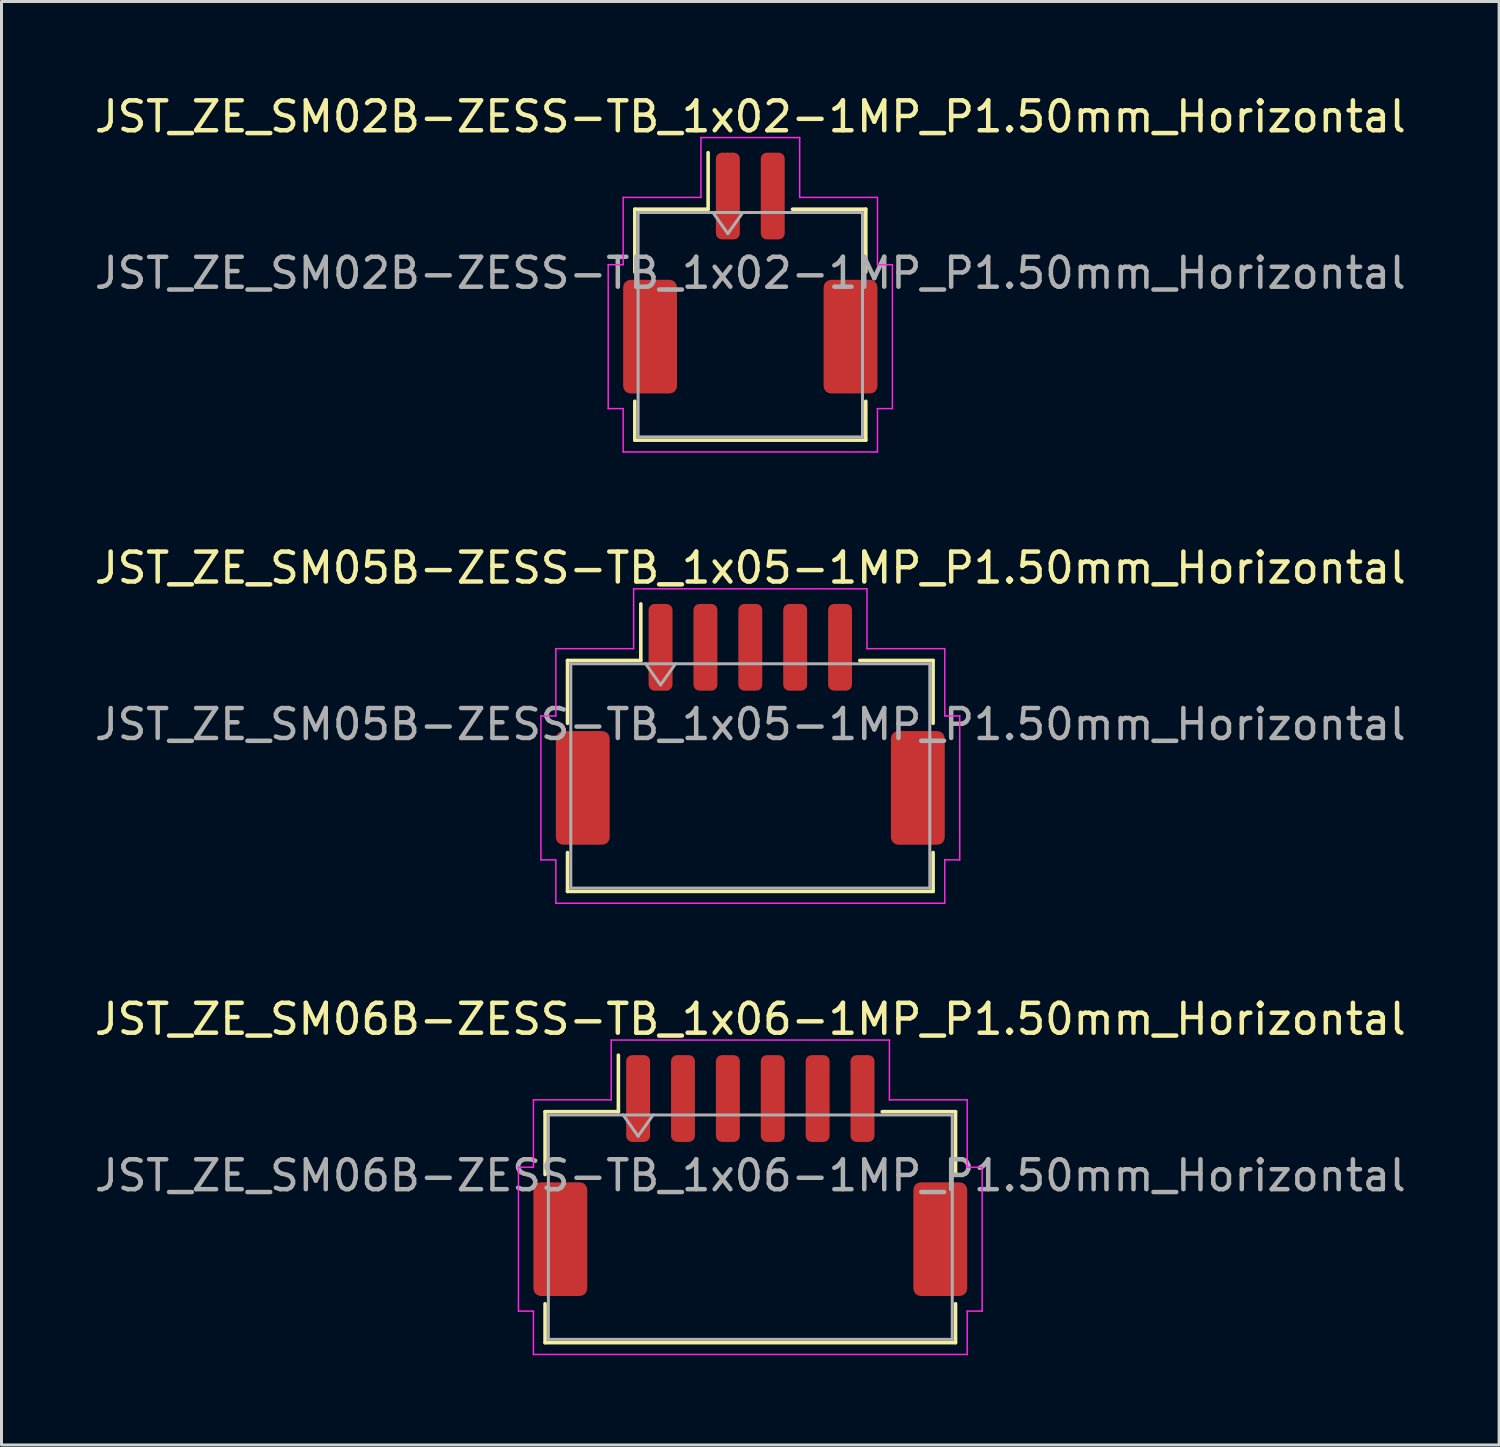
<source format=kicad_pcb>
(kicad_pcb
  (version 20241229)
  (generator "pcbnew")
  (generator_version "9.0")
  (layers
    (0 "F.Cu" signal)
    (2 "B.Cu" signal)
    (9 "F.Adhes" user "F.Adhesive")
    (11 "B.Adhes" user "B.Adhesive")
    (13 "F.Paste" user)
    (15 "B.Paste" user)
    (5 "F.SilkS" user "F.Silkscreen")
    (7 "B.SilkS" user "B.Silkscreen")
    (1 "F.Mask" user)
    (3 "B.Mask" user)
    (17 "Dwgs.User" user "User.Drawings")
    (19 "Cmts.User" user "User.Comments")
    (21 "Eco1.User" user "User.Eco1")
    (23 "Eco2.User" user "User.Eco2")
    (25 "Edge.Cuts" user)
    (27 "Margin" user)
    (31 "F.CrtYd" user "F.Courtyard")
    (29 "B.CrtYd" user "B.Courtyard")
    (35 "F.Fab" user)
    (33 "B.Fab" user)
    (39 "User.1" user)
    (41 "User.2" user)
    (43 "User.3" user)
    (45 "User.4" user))
  (footprint "JST_ZE_SM06B-ZESS-TB_1x06-1MP_P1.50mm_Horizontal"
    (layer "F.Cu")
    (at 22.03 36.245)
    (property "Reference" "JST_ZE_SM06B-ZESS-TB_1x06-1MP_P1.50mm_Horizontal" (at 0 -5.23 0) (layer "F.SilkS") (effects (font (size 1 1) (thickness 0.15))))
    (attr smd)
    (fp_line (start -6.86 -2.135) (end -4.41 -2.135) (stroke (width 0.12) (type solid)) (layer "F.SilkS"))
    (fp_line (start -6.86 -0.035) (end -6.86 -2.135) (stroke (width 0.12) (type solid)) (layer "F.SilkS"))
    (fp_line (start -6.86 4.285) (end -6.86 5.585) (stroke (width 0.12) (type solid)) (layer "F.SilkS"))
    (fp_line (start -6.86 5.585) (end 6.86 5.585) (stroke (width 0.12) (type solid)) (layer "F.SilkS"))
    (fp_line (start -4.41 -2.135) (end -4.41 -4.025) (stroke (width 0.12) (type solid)) (layer "F.SilkS"))
    (fp_line (start 6.86 -2.135) (end 4.41 -2.135) (stroke (width 0.12) (type solid)) (layer "F.SilkS"))
    (fp_line (start 6.86 -0.035) (end 6.86 -2.135) (stroke (width 0.12) (type solid)) (layer "F.SilkS"))
    (fp_line (start 6.86 5.585) (end 6.86 4.285) (stroke (width 0.12) (type solid)) (layer "F.SilkS"))
    (fp_line (start -7.75 -0.28) (end -7.25 -0.28) (stroke (width 0.05) (type solid)) (layer "F.CrtYd"))
    (fp_line (start -7.75 4.53) (end -7.75 -0.28) (stroke (width 0.05) (type solid)) (layer "F.CrtYd"))
    (fp_line (start -7.25 -2.53) (end -4.65 -2.53) (stroke (width 0.05) (type solid)) (layer "F.CrtYd"))
    (fp_line (start -7.25 -0.28) (end -7.25 -2.53) (stroke (width 0.05) (type solid)) (layer "F.CrtYd"))
    (fp_line (start -7.25 4.53) (end -7.75 4.53) (stroke (width 0.05) (type solid)) (layer "F.CrtYd"))
    (fp_line (start -7.25 5.98) (end -7.25 4.53) (stroke (width 0.05) (type solid)) (layer "F.CrtYd"))
    (fp_line (start -4.65 -4.53) (end 4.65 -4.53) (stroke (width 0.05) (type solid)) (layer "F.CrtYd"))
    (fp_line (start -4.65 -2.53) (end -4.65 -4.53) (stroke (width 0.05) (type solid)) (layer "F.CrtYd"))
    (fp_line (start 4.65 -4.53) (end 4.65 -2.53) (stroke (width 0.05) (type solid)) (layer "F.CrtYd"))
    (fp_line (start 4.65 -2.53) (end 7.25 -2.53) (stroke (width 0.05) (type solid)) (layer "F.CrtYd"))
    (fp_line (start 7.25 -2.53) (end 7.25 -0.28) (stroke (width 0.05) (type solid)) (layer "F.CrtYd"))
    (fp_line (start 7.25 -0.28) (end 7.75 -0.28) (stroke (width 0.05) (type solid)) (layer "F.CrtYd"))
    (fp_line (start 7.25 4.53) (end 7.25 5.98) (stroke (width 0.05) (type solid)) (layer "F.CrtYd"))
    (fp_line (start 7.25 5.98) (end -7.25 5.98) (stroke (width 0.05) (type solid)) (layer "F.CrtYd"))
    (fp_line (start 7.75 -0.28) (end 7.75 4.53) (stroke (width 0.05) (type solid)) (layer "F.CrtYd"))
    (fp_line (start 7.75 4.53) (end 7.25 4.53) (stroke (width 0.05) (type solid)) (layer "F.CrtYd"))
    (fp_line (start -6.75 -2.025) (end -6.75 5.475) (stroke (width 0.1) (type solid)) (layer "F.Fab"))
    (fp_line (start -6.75 -2.025) (end 6.75 -2.025) (stroke (width 0.1) (type solid)) (layer "F.Fab"))
    (fp_line (start -6.75 5.475) (end 6.75 5.475) (stroke (width 0.1) (type solid)) (layer "F.Fab"))
    (fp_line (start -4.25 -2.025) (end -3.75 -1.318) (stroke (width 0.1) (type solid)) (layer "F.Fab"))
    (fp_line (start -3.75 -1.318) (end -3.25 -2.025) (stroke (width 0.1) (type solid)) (layer "F.Fab"))
    (fp_line (start 6.75 -2.025) (end 6.75 5.475) (stroke (width 0.1) (type solid)) (layer "F.Fab"))
    (fp_text user "${REFERENCE}" (at 0 0 0) (layer "F.Fab") (effects (font (size 1 1) (thickness 0.15))))
    (pad "1" smd roundrect (at -3.75 -2.575) (size 0.8 2.9) (layers "F.Cu" "F.Mask" "F.Paste") (roundrect_rratio 0.25))
    (pad "2" smd roundrect (at -2.25 -2.575) (size 0.8 2.9) (layers "F.Cu" "F.Mask" "F.Paste") (roundrect_rratio 0.25))
    (pad "3" smd roundrect (at -0.75 -2.575) (size 0.8 2.9) (layers "F.Cu" "F.Mask" "F.Paste") (roundrect_rratio 0.25))
    (pad "4" smd roundrect (at 0.75 -2.575) (size 0.8 2.9) (layers "F.Cu" "F.Mask" "F.Paste") (roundrect_rratio 0.25))
    (pad "5" smd roundrect (at 2.25 -2.575) (size 0.8 2.9) (layers "F.Cu" "F.Mask" "F.Paste") (roundrect_rratio 0.25))
    (pad "6" smd roundrect (at 3.75 -2.575) (size 0.8 2.9) (layers "F.Cu" "F.Mask" "F.Paste") (roundrect_rratio 0.25))
    (pad "MP" smd roundrect (at -6.35 2.125) (size 1.8 3.8) (layers "F.Cu" "F.Mask" "F.Paste") (roundrect_rratio 0.139))
    (pad "MP" smd roundrect (at 6.35 2.125) (size 1.8 3.8) (layers "F.Cu" "F.Mask" "F.Paste") (roundrect_rratio 0.139)))
  (footprint "JST_ZE_SM05B-ZESS-TB_1x05-1MP_P1.50mm_Horizontal"
    (layer "F.Cu")
    (at 22.03 21.162)
    (property "Reference" "JST_ZE_SM05B-ZESS-TB_1x05-1MP_P1.50mm_Horizontal" (at 0 -5.23 0) (layer "F.SilkS") (effects (font (size 1 1) (thickness 0.15))))
    (attr smd)
    (fp_line (start -6.11 -2.135) (end -3.66 -2.135) (stroke (width 0.12) (type solid)) (layer "F.SilkS"))
    (fp_line (start -6.11 -0.035) (end -6.11 -2.135) (stroke (width 0.12) (type solid)) (layer "F.SilkS"))
    (fp_line (start -6.11 4.285) (end -6.11 5.585) (stroke (width 0.12) (type solid)) (layer "F.SilkS"))
    (fp_line (start -6.11 5.585) (end 6.11 5.585) (stroke (width 0.12) (type solid)) (layer "F.SilkS"))
    (fp_line (start -3.66 -2.135) (end -3.66 -4.025) (stroke (width 0.12) (type solid)) (layer "F.SilkS"))
    (fp_line (start 6.11 -2.135) (end 3.66 -2.135) (stroke (width 0.12) (type solid)) (layer "F.SilkS"))
    (fp_line (start 6.11 -0.035) (end 6.11 -2.135) (stroke (width 0.12) (type solid)) (layer "F.SilkS"))
    (fp_line (start 6.11 5.585) (end 6.11 4.285) (stroke (width 0.12) (type solid)) (layer "F.SilkS"))
    (fp_line (start -7 -0.28) (end -6.5 -0.28) (stroke (width 0.05) (type solid)) (layer "F.CrtYd"))
    (fp_line (start -7 4.53) (end -7 -0.28) (stroke (width 0.05) (type solid)) (layer "F.CrtYd"))
    (fp_line (start -6.5 -2.53) (end -3.9 -2.53) (stroke (width 0.05) (type solid)) (layer "F.CrtYd"))
    (fp_line (start -6.5 -0.28) (end -6.5 -2.53) (stroke (width 0.05) (type solid)) (layer "F.CrtYd"))
    (fp_line (start -6.5 4.53) (end -7 4.53) (stroke (width 0.05) (type solid)) (layer "F.CrtYd"))
    (fp_line (start -6.5 5.98) (end -6.5 4.53) (stroke (width 0.05) (type solid)) (layer "F.CrtYd"))
    (fp_line (start -3.9 -4.53) (end 3.9 -4.53) (stroke (width 0.05) (type solid)) (layer "F.CrtYd"))
    (fp_line (start -3.9 -2.53) (end -3.9 -4.53) (stroke (width 0.05) (type solid)) (layer "F.CrtYd"))
    (fp_line (start 3.9 -4.53) (end 3.9 -2.53) (stroke (width 0.05) (type solid)) (layer "F.CrtYd"))
    (fp_line (start 3.9 -2.53) (end 6.5 -2.53) (stroke (width 0.05) (type solid)) (layer "F.CrtYd"))
    (fp_line (start 6.5 -2.53) (end 6.5 -0.28) (stroke (width 0.05) (type solid)) (layer "F.CrtYd"))
    (fp_line (start 6.5 -0.28) (end 7 -0.28) (stroke (width 0.05) (type solid)) (layer "F.CrtYd"))
    (fp_line (start 6.5 4.53) (end 6.5 5.98) (stroke (width 0.05) (type solid)) (layer "F.CrtYd"))
    (fp_line (start 6.5 5.98) (end -6.5 5.98) (stroke (width 0.05) (type solid)) (layer "F.CrtYd"))
    (fp_line (start 7 -0.28) (end 7 4.53) (stroke (width 0.05) (type solid)) (layer "F.CrtYd"))
    (fp_line (start 7 4.53) (end 6.5 4.53) (stroke (width 0.05) (type solid)) (layer "F.CrtYd"))
    (fp_line (start -6 -2.025) (end -6 5.475) (stroke (width 0.1) (type solid)) (layer "F.Fab"))
    (fp_line (start -6 -2.025) (end 6 -2.025) (stroke (width 0.1) (type solid)) (layer "F.Fab"))
    (fp_line (start -6 5.475) (end 6 5.475) (stroke (width 0.1) (type solid)) (layer "F.Fab"))
    (fp_line (start -3.5 -2.025) (end -3 -1.318) (stroke (width 0.1) (type solid)) (layer "F.Fab"))
    (fp_line (start -3 -1.318) (end -2.5 -2.025) (stroke (width 0.1) (type solid)) (layer "F.Fab"))
    (fp_line (start 6 -2.025) (end 6 5.475) (stroke (width 0.1) (type solid)) (layer "F.Fab"))
    (fp_text user "${REFERENCE}" (at 0 0 0) (layer "F.Fab") (effects (font (size 1 1) (thickness 0.15))))
    (pad "1" smd roundrect (at -3 -2.575) (size 0.8 2.9) (layers "F.Cu" "F.Mask" "F.Paste") (roundrect_rratio 0.25))
    (pad "2" smd roundrect (at -1.5 -2.575) (size 0.8 2.9) (layers "F.Cu" "F.Mask" "F.Paste") (roundrect_rratio 0.25))
    (pad "3" smd roundrect (at 0 -2.575) (size 0.8 2.9) (layers "F.Cu" "F.Mask" "F.Paste") (roundrect_rratio 0.25))
    (pad "4" smd roundrect (at 1.5 -2.575) (size 0.8 2.9) (layers "F.Cu" "F.Mask" "F.Paste") (roundrect_rratio 0.25))
    (pad "5" smd roundrect (at 3 -2.575) (size 0.8 2.9) (layers "F.Cu" "F.Mask" "F.Paste") (roundrect_rratio 0.25))
    (pad "MP" smd roundrect (at -5.6 2.125) (size 1.8 3.8) (layers "F.Cu" "F.Mask" "F.Paste") (roundrect_rratio 0.139))
    (pad "MP" smd roundrect (at 5.6 2.125) (size 1.8 3.8) (layers "F.Cu" "F.Mask" "F.Paste") (roundrect_rratio 0.139)))
  (footprint "JST_ZE_SM02B-ZESS-TB_1x02-1MP_P1.50mm_Horizontal"
    (layer "F.Cu")
    (at 22.03 6.078)
    (property "Reference" "JST_ZE_SM02B-ZESS-TB_1x02-1MP_P1.50mm_Horizontal" (at 0 -5.23 0) (layer "F.SilkS") (effects (font (size 1 1) (thickness 0.15))))
    (attr smd)
    (fp_line (start -3.86 -2.135) (end -1.41 -2.135) (stroke (width 0.12) (type solid)) (layer "F.SilkS"))
    (fp_line (start -3.86 -0.035) (end -3.86 -2.135) (stroke (width 0.12) (type solid)) (layer "F.SilkS"))
    (fp_line (start -3.86 4.285) (end -3.86 5.585) (stroke (width 0.12) (type solid)) (layer "F.SilkS"))
    (fp_line (start -3.86 5.585) (end 3.86 5.585) (stroke (width 0.12) (type solid)) (layer "F.SilkS"))
    (fp_line (start -1.41 -2.135) (end -1.41 -4.025) (stroke (width 0.12) (type solid)) (layer "F.SilkS"))
    (fp_line (start 3.86 -2.135) (end 1.41 -2.135) (stroke (width 0.12) (type solid)) (layer "F.SilkS"))
    (fp_line (start 3.86 -0.035) (end 3.86 -2.135) (stroke (width 0.12) (type solid)) (layer "F.SilkS"))
    (fp_line (start 3.86 5.585) (end 3.86 4.285) (stroke (width 0.12) (type solid)) (layer "F.SilkS"))
    (fp_line (start -4.75 -0.28) (end -4.25 -0.28) (stroke (width 0.05) (type solid)) (layer "F.CrtYd"))
    (fp_line (start -4.75 4.53) (end -4.75 -0.28) (stroke (width 0.05) (type solid)) (layer "F.CrtYd"))
    (fp_line (start -4.25 -2.53) (end -1.65 -2.53) (stroke (width 0.05) (type solid)) (layer "F.CrtYd"))
    (fp_line (start -4.25 -0.28) (end -4.25 -2.53) (stroke (width 0.05) (type solid)) (layer "F.CrtYd"))
    (fp_line (start -4.25 4.53) (end -4.75 4.53) (stroke (width 0.05) (type solid)) (layer "F.CrtYd"))
    (fp_line (start -4.25 5.98) (end -4.25 4.53) (stroke (width 0.05) (type solid)) (layer "F.CrtYd"))
    (fp_line (start -1.65 -4.53) (end 1.65 -4.53) (stroke (width 0.05) (type solid)) (layer "F.CrtYd"))
    (fp_line (start -1.65 -2.53) (end -1.65 -4.53) (stroke (width 0.05) (type solid)) (layer "F.CrtYd"))
    (fp_line (start 1.65 -4.53) (end 1.65 -2.53) (stroke (width 0.05) (type solid)) (layer "F.CrtYd"))
    (fp_line (start 1.65 -2.53) (end 4.25 -2.53) (stroke (width 0.05) (type solid)) (layer "F.CrtYd"))
    (fp_line (start 4.25 -2.53) (end 4.25 -0.28) (stroke (width 0.05) (type solid)) (layer "F.CrtYd"))
    (fp_line (start 4.25 -0.28) (end 4.75 -0.28) (stroke (width 0.05) (type solid)) (layer "F.CrtYd"))
    (fp_line (start 4.25 4.53) (end 4.25 5.98) (stroke (width 0.05) (type solid)) (layer "F.CrtYd"))
    (fp_line (start 4.25 5.98) (end -4.25 5.98) (stroke (width 0.05) (type solid)) (layer "F.CrtYd"))
    (fp_line (start 4.75 -0.28) (end 4.75 4.53) (stroke (width 0.05) (type solid)) (layer "F.CrtYd"))
    (fp_line (start 4.75 4.53) (end 4.25 4.53) (stroke (width 0.05) (type solid)) (layer "F.CrtYd"))
    (fp_line (start -3.75 -2.025) (end -3.75 5.475) (stroke (width 0.1) (type solid)) (layer "F.Fab"))
    (fp_line (start -3.75 -2.025) (end 3.75 -2.025) (stroke (width 0.1) (type solid)) (layer "F.Fab"))
    (fp_line (start -3.75 5.475) (end 3.75 5.475) (stroke (width 0.1) (type solid)) (layer "F.Fab"))
    (fp_line (start -1.25 -2.025) (end -0.75 -1.318) (stroke (width 0.1) (type solid)) (layer "F.Fab"))
    (fp_line (start -0.75 -1.318) (end -0.25 -2.025) (stroke (width 0.1) (type solid)) (layer "F.Fab"))
    (fp_line (start 3.75 -2.025) (end 3.75 5.475) (stroke (width 0.1) (type solid)) (layer "F.Fab"))
    (fp_text user "${REFERENCE}" (at 0 0 0) (layer "F.Fab") (effects (font (size 1 1) (thickness 0.15))))
    (pad "1" smd roundrect (at -0.75 -2.575) (size 0.8 2.9) (layers "F.Cu" "F.Mask" "F.Paste") (roundrect_rratio 0.25))
    (pad "2" smd roundrect (at 0.75 -2.575) (size 0.8 2.9) (layers "F.Cu" "F.Mask" "F.Paste") (roundrect_rratio 0.25))
    (pad "MP" smd roundrect (at -3.35 2.125) (size 1.8 3.8) (layers "F.Cu" "F.Mask" "F.Paste") (roundrect_rratio 0.139))
    (pad "MP" smd roundrect (at 3.35 2.125) (size 1.8 3.8) (layers "F.Cu" "F.Mask" "F.Paste") (roundrect_rratio 0.139)))
  (gr_rect
    (start -3 -3)
    (end 47.06 45.25)
    (stroke (width 0.1) (type default))
    (fill no)
    (layer "Edge.Cuts")))
</source>
